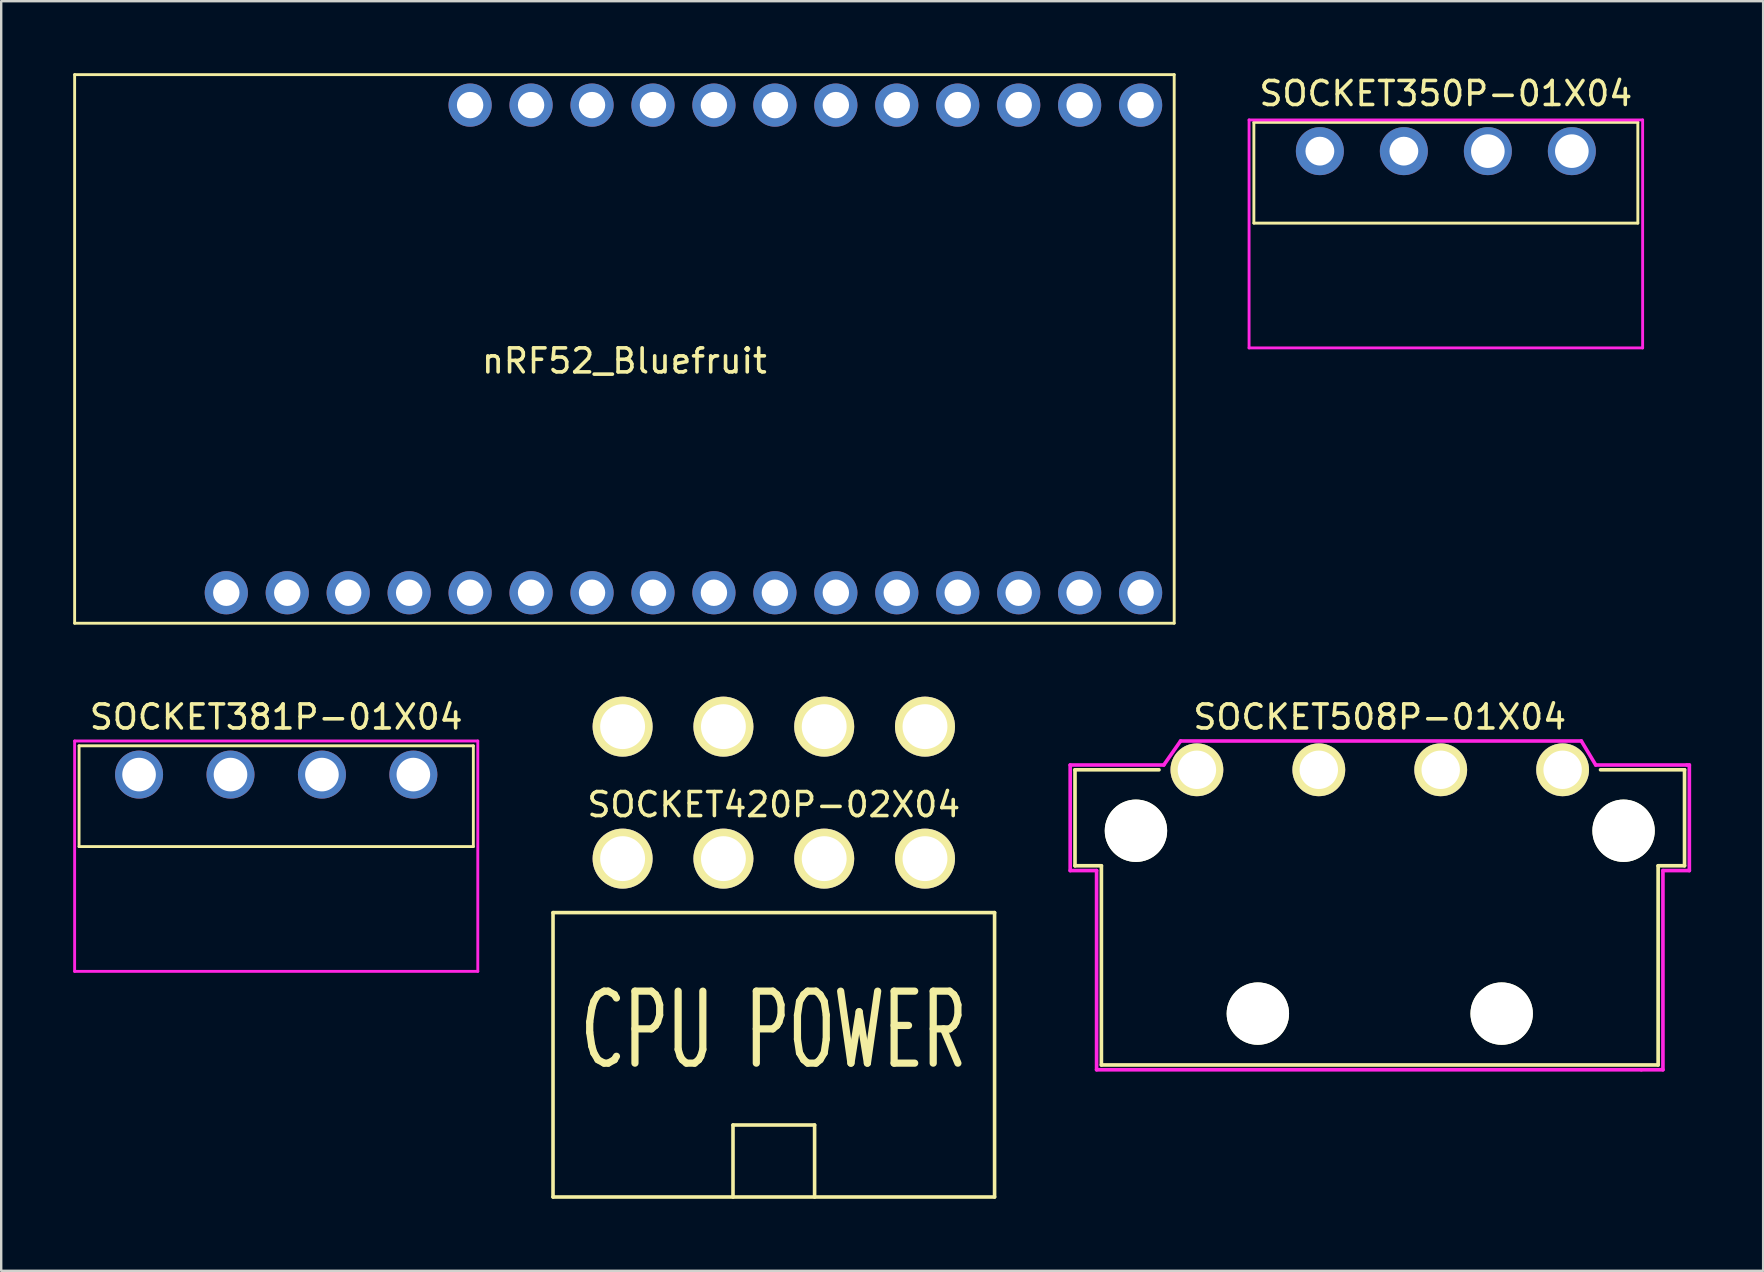
<source format=kicad_pcb>
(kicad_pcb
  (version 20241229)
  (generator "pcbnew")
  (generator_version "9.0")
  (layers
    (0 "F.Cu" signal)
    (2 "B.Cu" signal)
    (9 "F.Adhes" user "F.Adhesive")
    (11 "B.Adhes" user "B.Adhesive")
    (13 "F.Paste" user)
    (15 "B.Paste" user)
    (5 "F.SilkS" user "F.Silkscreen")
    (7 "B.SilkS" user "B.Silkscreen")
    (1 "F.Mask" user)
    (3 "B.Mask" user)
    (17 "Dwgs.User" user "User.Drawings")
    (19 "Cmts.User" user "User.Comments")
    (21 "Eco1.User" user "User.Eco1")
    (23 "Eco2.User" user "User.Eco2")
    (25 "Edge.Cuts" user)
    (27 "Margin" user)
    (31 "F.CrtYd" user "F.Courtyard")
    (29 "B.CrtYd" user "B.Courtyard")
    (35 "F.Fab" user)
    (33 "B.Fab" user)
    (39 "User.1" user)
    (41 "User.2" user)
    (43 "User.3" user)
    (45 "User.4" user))
  (footprint "SOCKET508P-01X04"
    (layer "F.Cu")
    (at 54.446 29.028)
    (property "Reference" "SOCKET508P-01X04" (at 0 -2.2 0) (layer "F.SilkS") (effects (font (size 1 1) (thickness 0.15))))
    (attr through_hole)
    (fp_line (start -12.7 0) (end -12.7 4) (stroke (width 0.152) (type solid)) (layer "F.SilkS"))
    (fp_line (start -12.7 4) (end -11.6 4) (stroke (width 0.152) (type solid)) (layer "F.SilkS"))
    (fp_line (start -11.6 4) (end -11.6 12.3) (stroke (width 0.152) (type solid)) (layer "F.SilkS"))
    (fp_line (start -11.6 12.3) (end 11.6 12.3) (stroke (width 0.152) (type solid)) (layer "F.SilkS"))
    (fp_line (start -9.2 0) (end -12.7 0) (stroke (width 0.152) (type solid)) (layer "F.SilkS"))
    (fp_line (start 9.2 0) (end 12.7 0) (stroke (width 0.152) (type solid)) (layer "F.SilkS"))
    (fp_line (start 11.6 4) (end 11.6 12.3) (stroke (width 0.152) (type solid)) (layer "F.SilkS"))
    (fp_line (start 11.6 4) (end 12.7 4) (stroke (width 0.152) (type solid)) (layer "F.SilkS"))
    (fp_line (start 12.7 0) (end 12.7 4) (stroke (width 0.152) (type solid)) (layer "F.SilkS"))
    (fp_line (start -12.9 -0.2) (end -9 -0.2) (stroke (width 0.152) (type solid)) (layer "F.CrtYd"))
    (fp_line (start -12.9 4.2) (end -12.9 -0.2) (stroke (width 0.152) (type solid)) (layer "F.CrtYd"))
    (fp_line (start -11.8 4.2) (end -12.9 4.2) (stroke (width 0.152) (type solid)) (layer "F.CrtYd"))
    (fp_line (start -11.8 12.5) (end -11.8 4.2) (stroke (width 0.152) (type solid)) (layer "F.CrtYd"))
    (fp_line (start -9 -0.2) (end -8.3 -1.2) (stroke (width 0.152) (type solid)) (layer "F.CrtYd"))
    (fp_line (start -8.3 -1.2) (end 8.4 -1.2) (stroke (width 0.152) (type solid)) (layer "F.CrtYd"))
    (fp_line (start 8.4 -1.2) (end 9 -0.2) (stroke (width 0.152) (type solid)) (layer "F.CrtYd"))
    (fp_line (start 9 -0.2) (end 12.8 -0.2) (stroke (width 0.152) (type solid)) (layer "F.CrtYd"))
    (fp_line (start 10.9 12.5) (end -11.8 12.5) (stroke (width 0.152) (type solid)) (layer "F.CrtYd"))
    (fp_line (start 11.8 4.2) (end 11.8 12.5) (stroke (width 0.152) (type solid)) (layer "F.CrtYd"))
    (fp_line (start 11.8 12.5) (end 10.9 12.5) (stroke (width 0.152) (type solid)) (layer "F.CrtYd"))
    (fp_line (start 12.8 -0.2) (end 12.9 -0.2) (stroke (width 0.152) (type solid)) (layer "F.CrtYd"))
    (fp_line (start 12.9 -0.2) (end 12.9 4.2) (stroke (width 0.152) (type solid)) (layer "F.CrtYd"))
    (fp_line (start 12.9 4.2) (end 11.8 4.2) (stroke (width 0.152) (type solid)) (layer "F.CrtYd"))
    (pad "" np_thru_hole circle (at -10.16 2.54) (size 2.6 2.6) (drill 2.6) (layers "*.Cu" "*.Mask" "F.SilkS"))
    (pad "" np_thru_hole circle (at -5.08 10.16) (size 2.6 2.6) (drill 2.6) (layers "*.Cu" "*.Mask" "F.SilkS"))
    (pad "" np_thru_hole circle (at 5.08 10.16) (size 2.6 2.6) (drill 2.6) (layers "*.Cu" "*.Mask" "F.SilkS"))
    (pad "" np_thru_hole circle (at 10.16 2.54) (size 2.6 2.6) (drill 2.6) (layers "*.Cu" "*.Mask" "F.SilkS"))
    (pad "1" thru_hole circle (at -7.62 0) (size 2.2 2.2) (drill 1.6) (layers "*.Cu" "*.Mask" "F.SilkS"))
    (pad "2" thru_hole circle (at -2.54 0) (size 2.2 2.2) (drill 1.6) (layers "*.Cu" "*.Mask" "F.SilkS"))
    (pad "3" thru_hole circle (at 2.54 0) (size 2.2 2.2) (drill 1.6) (layers "*.Cu" "*.Mask" "F.SilkS"))
    (pad "4" thru_hole circle (at 7.62 0) (size 2.2 2.2) (drill 1.6) (layers "*.Cu" "*.Mask" "F.SilkS")))
  (footprint "nRF52_Bluefruit"
    (layer "F.Cu")
    (at 22.97 11.49)
    (property "Reference" "nRF52_Bluefruit" (at 0 0.5 0) (layer "F.SilkS") (effects (font (size 1 1) (thickness 0.15))))
    (attr through_hole)
    (fp_line (start -22.91 -11.43) (end -22.91 11.43) (stroke (width 0.12) (type solid)) (layer "F.SilkS"))
    (fp_line (start -22.91 11.43) (end 22.91 11.43) (stroke (width 0.12) (type solid)) (layer "F.SilkS"))
    (fp_line (start 22.91 -11.43) (end -22.91 -11.43) (stroke (width 0.12) (type solid)) (layer "F.SilkS"))
    (fp_line (start 22.91 -11.43) (end 22.91 11.43) (stroke (width 0.12) (type solid)) (layer "F.SilkS"))
    (pad "1" thru_hole circle (at -16.59 10.16) (size 1.8 1.8) (drill 1.1) (layers "*.Cu" "*.Mask"))
    (pad "2" thru_hole circle (at -14.05 10.16) (size 1.8 1.8) (drill 1.1) (layers "*.Cu" "*.Mask"))
    (pad "3" thru_hole circle (at -11.51 10.16) (size 1.8 1.8) (drill 1.1) (layers "*.Cu" "*.Mask"))
    (pad "4" thru_hole circle (at -8.97 10.16) (size 1.8 1.8) (drill 1.1) (layers "*.Cu" "*.Mask"))
    (pad "5" thru_hole circle (at -6.43 10.16) (size 1.8 1.8) (drill 1.1) (layers "*.Cu" "*.Mask"))
    (pad "6" thru_hole circle (at -3.89 10.16) (size 1.8 1.8) (drill 1.1) (layers "*.Cu" "*.Mask"))
    (pad "7" thru_hole circle (at -1.35 10.16) (size 1.8 1.8) (drill 1.1) (layers "*.Cu" "*.Mask"))
    (pad "8" thru_hole circle (at 1.19 10.16) (size 1.8 1.8) (drill 1.1) (layers "*.Cu" "*.Mask"))
    (pad "9" thru_hole circle (at 3.73 10.16) (size 1.8 1.8) (drill 1.1) (layers "*.Cu" "*.Mask"))
    (pad "10" thru_hole circle (at 6.27 10.16) (size 1.8 1.8) (drill 1.1) (layers "*.Cu" "*.Mask"))
    (pad "11" thru_hole circle (at 8.81 10.16) (size 1.8 1.8) (drill 1.1) (layers "*.Cu" "*.Mask"))
    (pad "12" thru_hole circle (at 11.35 10.16) (size 1.8 1.8) (drill 1.1) (layers "*.Cu" "*.Mask"))
    (pad "13" thru_hole circle (at 13.89 10.16) (size 1.8 1.8) (drill 1.1) (layers "*.Cu" "*.Mask"))
    (pad "14" thru_hole circle (at 16.43 10.16) (size 1.8 1.8) (drill 1.1) (layers "*.Cu" "*.Mask"))
    (pad "15" thru_hole circle (at 18.97 10.16) (size 1.8 1.8) (drill 1.1) (layers "*.Cu" "*.Mask"))
    (pad "16" thru_hole circle (at 21.51 10.16) (size 1.8 1.8) (drill 1.1) (layers "*.Cu" "*.Mask"))
    (pad "17" thru_hole circle (at 21.51 -10.16) (size 1.8 1.8) (drill 1.1) (layers "*.Cu" "*.Mask"))
    (pad "18" thru_hole circle (at 18.97 -10.16) (size 1.8 1.8) (drill 1.1) (layers "*.Cu" "*.Mask"))
    (pad "19" thru_hole circle (at 16.43 -10.16) (size 1.8 1.8) (drill 1.1) (layers "*.Cu" "*.Mask"))
    (pad "20" thru_hole circle (at 13.89 -10.16) (size 1.8 1.8) (drill 1.1) (layers "*.Cu" "*.Mask"))
    (pad "21" thru_hole circle (at 11.35 -10.16) (size 1.8 1.8) (drill 1.1) (layers "*.Cu" "*.Mask"))
    (pad "22" thru_hole circle (at 8.81 -10.16) (size 1.8 1.8) (drill 1.1) (layers "*.Cu" "*.Mask"))
    (pad "23" thru_hole circle (at 6.27 -10.16) (size 1.8 1.8) (drill 1.1) (layers "*.Cu" "*.Mask"))
    (pad "24" thru_hole circle (at 3.73 -10.16) (size 1.8 1.8) (drill 1.1) (layers "*.Cu" "*.Mask"))
    (pad "25" thru_hole circle (at 1.19 -10.16) (size 1.8 1.8) (drill 1.1) (layers "*.Cu" "*.Mask"))
    (pad "26" thru_hole circle (at -1.35 -10.16) (size 1.8 1.8) (drill 1.1) (layers "*.Cu" "*.Mask"))
    (pad "27" thru_hole circle (at -3.89 -10.16) (size 1.8 1.8) (drill 1.1) (layers "*.Cu" "*.Mask"))
    (pad "28" thru_hole circle (at -6.43 -10.16) (size 1.8 1.8) (drill 1.1) (layers "*.Cu" "*.Mask")))
  (footprint "SOCKET420P-02X04"
    (layer "F.Cu")
    (at 29.195 29.98)
    (property "Reference" "SOCKET420P-02X04" (at 0 0.5 0) (layer "F.SilkS") (effects (font (size 1 1) (thickness 0.15))))
    (attr through_hole)
    (fp_line (start -9.2 5) (end -9.2 16.85) (stroke (width 0.15) (type solid)) (layer "F.SilkS"))
    (fp_line (start -1.7 13.85) (end 1.7 13.85) (stroke (width 0.15) (type solid)) (layer "F.SilkS"))
    (fp_line (start -1.7 16.85) (end -1.7 13.85) (stroke (width 0.15) (type solid)) (layer "F.SilkS"))
    (fp_line (start 1.7 16.85) (end 1.7 13.85) (stroke (width 0.15) (type solid)) (layer "F.SilkS"))
    (fp_line (start 9.2 5) (end -9.2 5) (stroke (width 0.15) (type solid)) (layer "F.SilkS"))
    (fp_line (start 9.2 5) (end 9.2 16.85) (stroke (width 0.15) (type solid)) (layer "F.SilkS"))
    (fp_line (start 9.2 16.85) (end -9.2 16.85) (stroke (width 0.15) (type solid)) (layer "F.SilkS"))
    (fp_text user "CPU POWER" (at 0 9.9 0) (layer "F.SilkS") (effects (font (size 3 1.8) (thickness 0.3))))
    (pad "1" thru_hole circle (at 6.3 2.75) (size 2.5 2.5) (drill 1.87) (layers "*.Cu" "*.Mask" "F.SilkS"))
    (pad "2" thru_hole circle (at 2.1 2.75) (size 2.5 2.5) (drill 1.87) (layers "*.Cu" "*.Mask" "F.SilkS"))
    (pad "3" thru_hole circle (at -2.1 2.75) (size 2.5 2.5) (drill 1.87) (layers "*.Cu" "*.Mask" "F.SilkS"))
    (pad "4" thru_hole circle (at -6.3 2.75) (size 2.5 2.5) (drill 1.87) (layers "*.Cu" "*.Mask" "F.SilkS"))
    (pad "5" thru_hole circle (at 6.3 -2.75) (size 2.5 2.5) (drill 1.87) (layers "*.Cu" "*.Mask" "F.SilkS"))
    (pad "6" thru_hole circle (at 2.1 -2.75) (size 2.5 2.5) (drill 1.87) (layers "*.Cu" "*.Mask" "F.SilkS"))
    (pad "7" thru_hole circle (at -2.1 -2.75) (size 2.5 2.5) (drill 1.87) (layers "*.Cu" "*.Mask" "F.SilkS"))
    (pad "8" thru_hole circle (at -6.3 -2.75) (size 2.5 2.5) (drill 1.87) (layers "*.Cu" "*.Mask" "F.SilkS")))
  (footprint "SOCKET350P-01X04"
    (layer "F.Cu")
    (at 57.2 3.248)
    (property "Reference" "SOCKET350P-01X04" (at 0 -2.4 0) (layer "F.SilkS") (effects (font (size 1 1) (thickness 0.15))))
    (attr through_hole)
    (fp_line (start -8 -1.2) (end -8 3) (stroke (width 0.12) (type solid)) (layer "F.SilkS"))
    (fp_line (start 8 -1.2) (end -8 -1.2) (stroke (width 0.12) (type solid)) (layer "F.SilkS"))
    (fp_line (start 8 -1.2) (end 8 3) (stroke (width 0.12) (type solid)) (layer "F.SilkS"))
    (fp_line (start 8 3) (end -8 3) (stroke (width 0.12) (type solid)) (layer "F.SilkS"))
    (fp_line (start -8.2 8.2) (end -8.2 -1.3) (stroke (width 0.12) (type solid)) (layer "F.CrtYd"))
    (fp_line (start 8.2 -1.3) (end -8.2 -1.3) (stroke (width 0.12) (type solid)) (layer "F.CrtYd"))
    (fp_line (start 8.2 8.2) (end -8.2 8.2) (stroke (width 0.12) (type solid)) (layer "F.CrtYd"))
    (fp_line (start 8.2 8.2) (end 8.2 -1.3) (stroke (width 0.12) (type solid)) (layer "F.CrtYd"))
    (pad "1" thru_hole circle (at -5.25 0) (size 2 2) (drill 1.2) (layers "*.Cu" "*.Mask"))
    (pad "2" thru_hole circle (at -1.75 0) (size 2 2) (drill 1.2) (layers "*.Cu" "*.Mask"))
    (pad "3" thru_hole circle (at 1.75 0) (size 2 2) (drill 1.4) (layers "*.Cu" "*.Mask"))
    (pad "4" thru_hole circle (at 5.25 0) (size 2 2) (drill 1.4) (layers "*.Cu" "*.Mask")))
  (footprint "SOCKET381P-01X04"
    (layer "F.Cu")
    (at 8.46 29.228)
    (property "Reference" "SOCKET381P-01X04" (at 0 -2.4 0) (layer "F.SilkS") (effects (font (size 1 1) (thickness 0.15))))
    (attr through_hole)
    (fp_line (start -8.215 -1.2) (end -8.215 3) (stroke (width 0.12) (type solid)) (layer "F.SilkS"))
    (fp_line (start 8.215 -1.2) (end -8.215 -1.2) (stroke (width 0.12) (type solid)) (layer "F.SilkS"))
    (fp_line (start 8.215 -1.2) (end 8.215 3) (stroke (width 0.12) (type solid)) (layer "F.SilkS"))
    (fp_line (start 8.215 3) (end -8.215 3) (stroke (width 0.12) (type solid)) (layer "F.SilkS"))
    (fp_line (start -8.4 8.2) (end -8.4 -1.4) (stroke (width 0.12) (type solid)) (layer "F.CrtYd"))
    (fp_line (start 8.4 -1.4) (end -8.4 -1.4) (stroke (width 0.12) (type solid)) (layer "F.CrtYd"))
    (fp_line (start 8.4 8.2) (end -8.4 8.2) (stroke (width 0.12) (type solid)) (layer "F.CrtYd"))
    (fp_line (start 8.4 8.2) (end 8.4 -1.4) (stroke (width 0.12) (type solid)) (layer "F.CrtYd"))
    (pad "1" thru_hole circle (at -5.715 0) (size 2 2) (drill 1.4) (layers "*.Cu" "*.Mask"))
    (pad "2" thru_hole circle (at -1.905 0) (size 2 2) (drill 1.4) (layers "*.Cu" "*.Mask"))
    (pad "3" thru_hole circle (at 1.905 0) (size 2 2) (drill 1.4) (layers "*.Cu" "*.Mask"))
    (pad "4" thru_hole circle (at 5.715 0) (size 2 2) (drill 1.4) (layers "*.Cu" "*.Mask")))
  (gr_rect
    (start -3 -3)
    (end 70.422 49.905)
    (stroke (width 0.1) (type default))
    (fill no)
    (layer "Edge.Cuts")))
</source>
